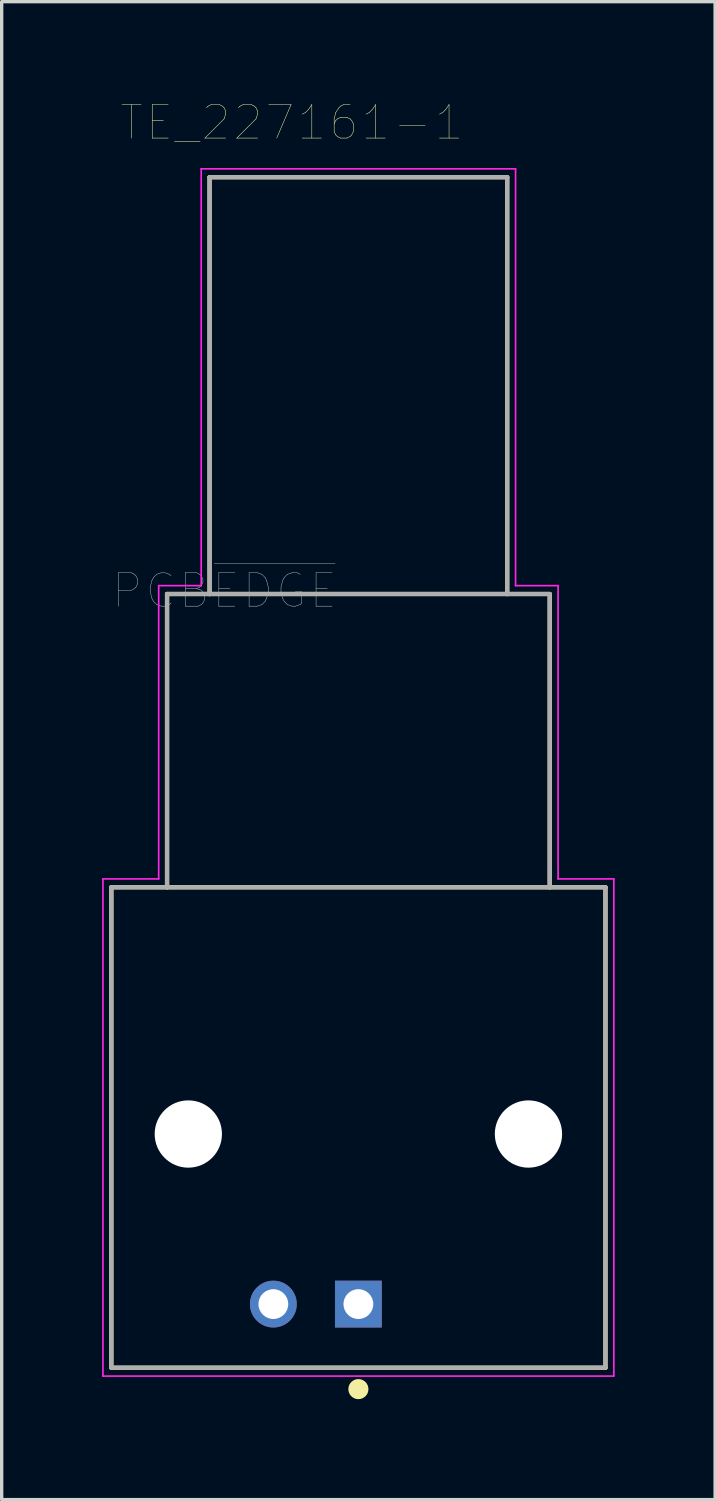
<source format=kicad_pcb>
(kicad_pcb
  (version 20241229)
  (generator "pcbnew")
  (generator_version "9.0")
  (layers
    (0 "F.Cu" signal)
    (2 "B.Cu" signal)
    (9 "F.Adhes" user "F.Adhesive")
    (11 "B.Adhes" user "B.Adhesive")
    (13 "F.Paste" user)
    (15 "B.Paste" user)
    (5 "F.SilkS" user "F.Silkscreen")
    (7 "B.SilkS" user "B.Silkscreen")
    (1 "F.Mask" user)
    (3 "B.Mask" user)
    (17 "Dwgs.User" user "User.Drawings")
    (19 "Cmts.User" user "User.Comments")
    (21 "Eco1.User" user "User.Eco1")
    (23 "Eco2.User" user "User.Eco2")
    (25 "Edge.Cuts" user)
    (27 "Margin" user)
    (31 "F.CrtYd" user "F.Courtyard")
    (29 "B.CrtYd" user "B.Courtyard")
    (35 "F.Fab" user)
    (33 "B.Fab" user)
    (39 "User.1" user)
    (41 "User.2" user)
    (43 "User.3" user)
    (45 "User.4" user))
  (footprint "TE_227161-1"
    (layer "F.Cu")
    (at 7.655 35.903)
    (property "Reference" "TE_227161-1" (at -1.987 -35.291 0) (layer "F.SilkS") (effects (font (size 1.001 1.001) (thickness 0.015))))
    (attr through_hole)
    (fp_line (start -7.38 -12.45) (end 7.38 -12.45) (stroke (width 0.127) (type solid)) (layer "F.SilkS"))
    (fp_line (start -7.38 1.9) (end -7.38 -12.45) (stroke (width 0.127) (type solid)) (layer "F.SilkS"))
    (fp_line (start -5.715 -21.21) (end -4.445 -21.21) (stroke (width 0.127) (type solid)) (layer "F.SilkS"))
    (fp_line (start -5.715 -12.45) (end -5.715 -21.21) (stroke (width 0.127) (type solid)) (layer "F.SilkS"))
    (fp_line (start -4.445 -33.66) (end 4.445 -33.66) (stroke (width 0.127) (type solid)) (layer "F.SilkS"))
    (fp_line (start -4.445 -21.21) (end -4.445 -33.66) (stroke (width 0.127) (type solid)) (layer "F.SilkS"))
    (fp_line (start -4.445 -21.21) (end 4.445 -21.21) (stroke (width 0.127) (type solid)) (layer "F.SilkS"))
    (fp_line (start 4.445 -33.66) (end 4.445 -21.21) (stroke (width 0.127) (type solid)) (layer "F.SilkS"))
    (fp_line (start 4.445 -21.21) (end 5.715 -21.21) (stroke (width 0.127) (type solid)) (layer "F.SilkS"))
    (fp_line (start 5.715 -21.21) (end 5.715 -12.45) (stroke (width 0.127) (type solid)) (layer "F.SilkS"))
    (fp_line (start 7.38 -12.45) (end 7.38 1.9) (stroke (width 0.127) (type solid)) (layer "F.SilkS"))
    (fp_line (start 7.38 1.9) (end -7.38 1.9) (stroke (width 0.127) (type solid)) (layer "F.SilkS"))
    (fp_circle (center 0 2.54) (end 0.15 2.54) (stroke (width 0.3) (type solid)) (fill no) (layer "F.SilkS"))
    (fp_line (start -7.63 -12.7) (end -7.63 2.15) (stroke (width 0.05) (type solid)) (layer "F.CrtYd"))
    (fp_line (start -7.63 2.15) (end 7.63 2.15) (stroke (width 0.05) (type solid)) (layer "F.CrtYd"))
    (fp_line (start -5.965 -21.46) (end -5.965 -12.7) (stroke (width 0.05) (type solid)) (layer "F.CrtYd"))
    (fp_line (start -5.965 -12.7) (end -7.63 -12.7) (stroke (width 0.05) (type solid)) (layer "F.CrtYd"))
    (fp_line (start -4.695 -33.91) (end -4.695 -21.46) (stroke (width 0.05) (type solid)) (layer "F.CrtYd"))
    (fp_line (start -4.695 -21.46) (end -5.965 -21.46) (stroke (width 0.05) (type solid)) (layer "F.CrtYd"))
    (fp_line (start 4.695 -33.91) (end -4.695 -33.91) (stroke (width 0.05) (type solid)) (layer "F.CrtYd"))
    (fp_line (start 4.695 -21.46) (end 4.695 -33.91) (stroke (width 0.05) (type solid)) (layer "F.CrtYd"))
    (fp_line (start 5.965 -21.46) (end 4.695 -21.46) (stroke (width 0.05) (type solid)) (layer "F.CrtYd"))
    (fp_line (start 5.965 -12.7) (end 5.965 -21.46) (stroke (width 0.05) (type solid)) (layer "F.CrtYd"))
    (fp_line (start 7.63 -12.7) (end 5.965 -12.7) (stroke (width 0.05) (type solid)) (layer "F.CrtYd"))
    (fp_line (start 7.63 2.15) (end 7.63 -12.7) (stroke (width 0.05) (type solid)) (layer "F.CrtYd"))
    (fp_line (start -7.38 -12.45) (end -5.715 -12.45) (stroke (width 0.127) (type solid)) (layer "F.Fab"))
    (fp_line (start -7.38 1.9) (end -7.38 -12.45) (stroke (width 0.127) (type solid)) (layer "F.Fab"))
    (fp_line (start -5.715 -21.21) (end -4.445 -21.21) (stroke (width 0.127) (type solid)) (layer "F.Fab"))
    (fp_line (start -5.715 -12.45) (end -5.715 -21.21) (stroke (width 0.127) (type solid)) (layer "F.Fab"))
    (fp_line (start -5.715 -12.45) (end 5.715 -12.45) (stroke (width 0.127) (type solid)) (layer "F.Fab"))
    (fp_line (start -4.445 -33.66) (end 4.445 -33.66) (stroke (width 0.127) (type solid)) (layer "F.Fab"))
    (fp_line (start -4.445 -21.21) (end -4.445 -33.66) (stroke (width 0.127) (type solid)) (layer "F.Fab"))
    (fp_line (start -4.445 -21.21) (end 4.445 -21.21) (stroke (width 0.127) (type solid)) (layer "F.Fab"))
    (fp_line (start 4.445 -33.66) (end 4.445 -21.21) (stroke (width 0.127) (type solid)) (layer "F.Fab"))
    (fp_line (start 4.445 -21.21) (end 5.715 -21.21) (stroke (width 0.127) (type solid)) (layer "F.Fab"))
    (fp_line (start 5.715 -21.21) (end 5.715 -12.45) (stroke (width 0.127) (type solid)) (layer "F.Fab"))
    (fp_line (start 5.715 -12.45) (end 7.38 -12.45) (stroke (width 0.127) (type solid)) (layer "F.Fab"))
    (fp_line (start 7.38 -12.45) (end 7.38 1.9) (stroke (width 0.127) (type solid)) (layer "F.Fab"))
    (fp_line (start 7.38 1.9) (end -7.38 1.9) (stroke (width 0.127) (type solid)) (layer "F.Fab"))
    (fp_circle (center 0 0) (end 0.15 0) (stroke (width 0.3) (type solid)) (fill no) (layer "F.Fab"))
    (fp_text user "PCB~{EDGE}" (at -4.002 -21.308 0) (layer "F.Fab") (effects (font (size 1 1) (thickness 0.015))))
    (pad "" np_thru_hole circle (at -5.08 -5.08) (size 2.01 2.01) (drill 2.01) (layers "*.Cu" "*.Mask"))
    (pad "" np_thru_hole circle (at 5.08 -5.08) (size 2.01 2.01) (drill 2.01) (layers "*.Cu" "*.Mask"))
    (pad "1" thru_hole rect (at 0 0) (size 1.398 1.398) (drill 0.89) (layers "*.Cu" "*.Mask"))
    (pad "2" thru_hole circle (at -2.54 0) (size 1.398 1.398) (drill 0.89) (layers "*.Cu" "*.Mask")))
  (gr_rect
    (start -3 -3)
    (end 18.31 41.743)
    (stroke (width 0.1) (type default))
    (fill no)
    (layer "Edge.Cuts")))
</source>
